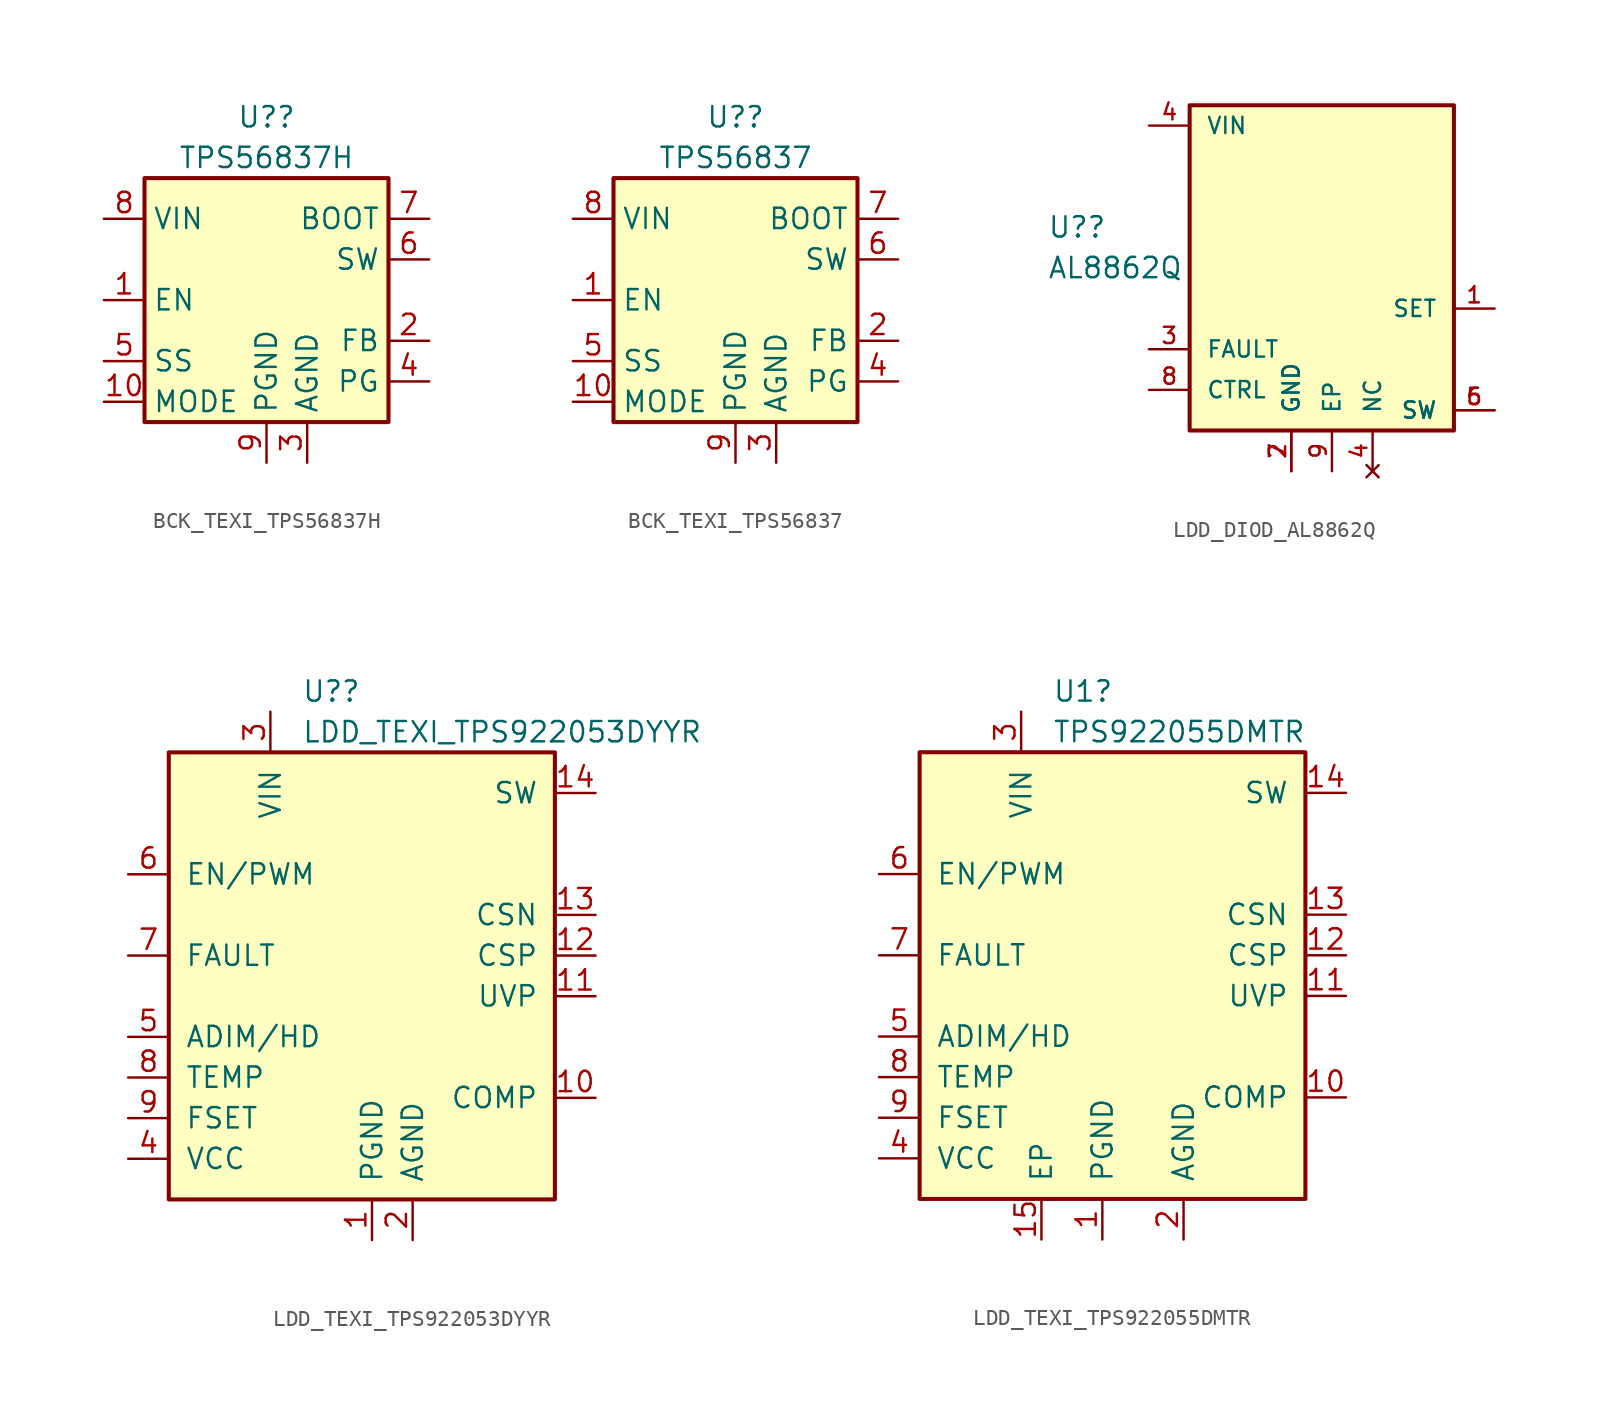
<source format=kicad_sym>
(kicad_symbol_lib
  (version 20231120)
  (generator "kicad_symbol_editor")
  (generator_version "8.0")
  (symbol "BCK_TEXI_TPS56837H"
    (property "Reference" "U?"
      (at 0 11.43 0)
      (effects (font (size 1.27 1.27))))
    (property "Value" "TPS56837H"
      (at 0 8.89 0)
      (effects (font (size 1.27 1.27))))
    (symbol "BCK_TEXI_TPS56837H_0_1"
      (rectangle (start -7.62 7.62) (end 7.62 -7.62) (stroke (width 0.254) (type default)) (fill (type background))))
    (symbol "BCK_TEXI_TPS56837H_1_1"
      (pin input line (at -10.16 0 0) (length 2.54) (name "EN" (effects (font (size 1.27 1.27)))) (number "1" (effects (font (size 1.27 1.27)))))
      (pin power_out line (at -10.16 -6.35 0) (length 2.54) (name "MODE" (effects (font (size 1.27 1.27)))) (number "10" (effects (font (size 1.27 1.27)))))
      (pin input line (at 10.16 -2.54 180) (length 2.54) (name "FB" (effects (font (size 1.27 1.27)))) (number "2" (effects (font (size 1.27 1.27)))))
      (pin power_in line (at 2.54 -10.16 90) (length 2.54) (name "AGND" (effects (font (size 1.27 1.27)))) (number "3" (effects (font (size 1.27 1.27)))))
      (pin open_collector line (at 10.16 -5.08 180) (length 2.54) (name "PG" (effects (font (size 1.27 1.27)))) (number "4" (effects (font (size 1.27 1.27)))))
      (pin power_out line (at -10.16 -3.81 0) (length 2.54) (name "SS" (effects (font (size 1.27 1.27)))) (number "5" (effects (font (size 1.27 1.27)))))
      (pin output line (at 10.16 2.54 180) (length 2.54) (name "SW" (effects (font (size 1.27 1.27)))) (number "6" (effects (font (size 1.27 1.27)))))
      (pin input line (at 10.16 5.08 180) (length 2.54) (name "BOOT" (effects (font (size 1.27 1.27)))) (number "7" (effects (font (size 1.27 1.27)))))
      (pin power_in line (at -10.16 5.08 0) (length 2.54) (name "VIN" (effects (font (size 1.27 1.27)))) (number "8" (effects (font (size 1.27 1.27)))))
      (pin power_in line (at 0 -10.16 90) (length 2.54) (name "PGND" (effects (font (size 1.27 1.27)))) (number "9" (effects (font (size 1.27 1.27)))))))
  (symbol "BCK_TEXI_TPS56837"
    (property "Reference" "U?"
      (at 0 11.43 0)
      (effects (font (size 1.27 1.27))))
    (property "Value" "TPS56837"
      (at 0 8.89 0)
      (effects (font (size 1.27 1.27))))
    (symbol "BCK_TEXI_TPS56837_0_1"
      (rectangle (start -7.62 7.62) (end 7.62 -7.62) (stroke (width 0.254) (type default)) (fill (type background))))
    (symbol "BCK_TEXI_TPS56837_1_1"
      (pin input line (at -10.16 0 0) (length 2.54) (name "EN" (effects (font (size 1.27 1.27)))) (number "1" (effects (font (size 1.27 1.27)))))
      (pin power_out line (at -10.16 -6.35 0) (length 2.54) (name "MODE" (effects (font (size 1.27 1.27)))) (number "10" (effects (font (size 1.27 1.27)))))
      (pin input line (at 10.16 -2.54 180) (length 2.54) (name "FB" (effects (font (size 1.27 1.27)))) (number "2" (effects (font (size 1.27 1.27)))))
      (pin power_in line (at 2.54 -10.16 90) (length 2.54) (name "AGND" (effects (font (size 1.27 1.27)))) (number "3" (effects (font (size 1.27 1.27)))))
      (pin open_collector line (at 10.16 -5.08 180) (length 2.54) (name "PG" (effects (font (size 1.27 1.27)))) (number "4" (effects (font (size 1.27 1.27)))))
      (pin power_out line (at -10.16 -3.81 0) (length 2.54) (name "SS" (effects (font (size 1.27 1.27)))) (number "5" (effects (font (size 1.27 1.27)))))
      (pin output line (at 10.16 2.54 180) (length 2.54) (name "SW" (effects (font (size 1.27 1.27)))) (number "6" (effects (font (size 1.27 1.27)))))
      (pin input line (at 10.16 5.08 180) (length 2.54) (name "BOOT" (effects (font (size 1.27 1.27)))) (number "7" (effects (font (size 1.27 1.27)))))
      (pin power_in line (at -10.16 5.08 0) (length 2.54) (name "VIN" (effects (font (size 1.27 1.27)))) (number "8" (effects (font (size 1.27 1.27)))))
      (pin power_in line (at 0 -10.16 90) (length 2.54) (name "PGND" (effects (font (size 1.27 1.27)))) (number "9" (effects (font (size 1.27 1.27)))))))
  (symbol "LDD_DIOD_AL8862Q"
    (pin_names
      (offset 1.016))
    (property "Reference" "U?"
      (at -19.05 5.08 0)
      (effects (font (size 1.27 1.27)) (justify left)))
    (property "Value" "AL8862Q"
      (at -19.05 2.54 0)
      (effects (font (size 1.27 1.27)) (justify left)))
    (symbol "LDD_DIOD_AL8862Q_0_0"
      (rectangle (start -10.16 12.7) (end 6.35 -7.62) (stroke (width 0.254) (type default)) (fill (type background)))
      (pin power_in line (at -3.81 -10.16 90) (length 2.54) (name "GND" (effects (font (size 1.016 1.016)))) (number "2" (effects (font (size 1.016 1.016))))))
    (symbol "LDD_DIOD_AL8862Q_1_0"
      (pin output line (at 8.89 0 180) (length 2.54) (name "SET" (effects (font (size 1.016 1.016)))) (number "1" (effects (font (size 1.016 1.016)))))
      (pin open_collector line (at -12.7 -2.54 0) (length 2.54) (name "FAULT" (effects (font (size 1.016 1.016)))) (number "3" (effects (font (size 1.016 1.016)))))
      (pin no_connect line (at 1.27 -10.16 90) (length 2.54) (name "NC" (effects (font (size 1.016 1.016)))) (number "4" (effects (font (size 1.016 1.016)))))
      (pin power_in line (at -12.7 11.43 0) (length 2.54) (name "VIN" (effects (font (size 1.016 1.016)))) (number "4" (effects (font (size 1.016 1.016)))))
      (pin input line (at 8.89 -6.35 180) (length 2.54) (name "SW" (effects (font (size 1.016 1.016)))) (number "5" (effects (font (size 1.016 1.016)))))
      (pin input line (at 8.89 -6.35 180) (length 2.54) (name "SW" (effects (font (size 1.016 1.016)))) (number "6" (effects (font (size 1.016 1.016)))))
      (pin power_in line (at -3.81 -10.16 90) (length 2.54) (name "GND" (effects (font (size 1.016 1.016)))) (number "7" (effects (font (size 1.016 1.016)))))
      (pin input line (at -12.7 -5.08 0) (length 2.54) (name "CTRL" (effects (font (size 1.016 1.016)))) (number "8" (effects (font (size 1.016 1.016)))))
      (pin power_in line (at -1.27 -10.16 90) (length 2.54) (name "EP" (effects (font (size 1.016 1.016)))) (number "9" (effects (font (size 1.016 1.016)))))))
  (symbol "LDD_TEXI_TPS922053DYYR"
    (pin_names
      (offset 1.016))
    (property "Reference" "U?"
      (at -5.664 16.51 0)
      (effects (font (size 1.27 1.27)) (justify left)))
    (property "Value" "LDD_TEXI_TPS922053DYYR"
      (at -5.664 13.97 0)
      (effects (font (size 1.27 1.27)) (justify left)))
    (symbol "LDD_TEXI_TPS922053DYYR_0_0"
      (rectangle (start -13.97 12.7) (end 10.16 -15.24) (stroke (width 0.254) (type default)) (fill (type background))))
    (symbol "LDD_TEXI_TPS922053DYYR_1_0"
      (pin power_in line (at -1.27 -17.78 90) (length 2.54) (name "PGND" (effects (font (size 1.27 1.27)))) (number "1" (effects (font (size 1.27 1.27)))))
      (pin input line (at 12.7 -8.89 180) (length 2.54) (name "COMP" (effects (font (size 1.27 1.27)))) (number "10" (effects (font (size 1.27 1.27)))))
      (pin input line (at 12.7 -2.54 180) (length 2.54) (name "UVP" (effects (font (size 1.27 1.27)))) (number "11" (effects (font (size 1.27 1.27)))))
      (pin input line (at 12.7 0 180) (length 2.54) (name "CSP" (effects (font (size 1.27 1.27)))) (number "12" (effects (font (size 1.27 1.27)))))
      (pin input line (at 12.7 2.54 180) (length 2.54) (name "CSN" (effects (font (size 1.27 1.27)))) (number "13" (effects (font (size 1.27 1.27)))))
      (pin output line (at 12.7 10.16 180) (length 2.54) (name "SW" (effects (font (size 1.27 1.27)))) (number "14" (effects (font (size 1.27 1.27)))))
      (pin power_in line (at 1.27 -17.78 90) (length 2.54) (name "AGND" (effects (font (size 1.27 1.27)))) (number "2" (effects (font (size 1.27 1.27)))))
      (pin power_in line (at -7.62 15.24 270) (length 2.54) (name "VIN" (effects (font (size 1.27 1.27)))) (number "3" (effects (font (size 1.27 1.27)))))
      (pin power_out line (at -16.51 -12.7 0) (length 2.54) (name "VCC" (effects (font (size 1.27 1.27)))) (number "4" (effects (font (size 1.27 1.27)))))
      (pin input line (at -16.51 -5.08 0) (length 2.54) (name "ADIM/HD" (effects (font (size 1.27 1.27)))) (number "5" (effects (font (size 1.27 1.27)))))
      (pin input line (at -16.51 5.08 0) (length 2.54) (name "EN/PWM" (effects (font (size 1.27 1.27)))) (number "6" (effects (font (size 1.27 1.27)))))
      (pin open_collector line (at -16.51 0 0) (length 2.54) (name "FAULT" (effects (font (size 1.27 1.27)))) (number "7" (effects (font (size 1.27 1.27)))))
      (pin input line (at -16.51 -7.62 0) (length 2.54) (name "TEMP" (effects (font (size 1.27 1.27)))) (number "8" (effects (font (size 1.27 1.27)))))
      (pin input line (at -16.51 -10.16 0) (length 2.54) (name "FSET" (effects (font (size 1.27 1.27)))) (number "9" (effects (font (size 1.27 1.27)))))))
  (symbol "LDD_TEXI_TPS922055DMTR"
    (pin_names
      (offset 1.016))
    (property "Reference" "U1"
      (at -5.664 16.51 0)
      (effects (font (size 1.27 1.27)) (justify left)))
    (property "Value" "TPS922055DMTR"
      (at -5.664 13.97 0)
      (effects (font (size 1.27 1.27)) (justify left)))
    (symbol "LDD_TEXI_TPS922055DMTR_0_0"
      (rectangle (start -13.97 12.7) (end 10.16 -15.24) (stroke (width 0.254) (type default)) (fill (type background))))
    (symbol "LDD_TEXI_TPS922055DMTR_1_0"
      (pin input line (at 12.7 -8.89 180) (length 2.54) (name "COMP" (effects (font (size 1.27 1.27)))) (number "10" (effects (font (size 1.27 1.27)))))
      (pin input line (at 12.7 -2.54 180) (length 2.54) (name "UVP" (effects (font (size 1.27 1.27)))) (number "11" (effects (font (size 1.27 1.27)))))
      (pin input line (at 12.7 0 180) (length 2.54) (name "CSP" (effects (font (size 1.27 1.27)))) (number "12" (effects (font (size 1.27 1.27)))))
      (pin input line (at 12.7 2.54 180) (length 2.54) (name "CSN" (effects (font (size 1.27 1.27)))) (number "13" (effects (font (size 1.27 1.27)))))
      (pin output line (at 12.7 10.16 180) (length 2.54) (name "SW" (effects (font (size 1.27 1.27)))) (number "14" (effects (font (size 1.27 1.27)))))
      (pin power_in line (at -6.35 -17.78 90) (length 2.54) (name "EP" (effects (font (size 1.27 1.27)))) (number "15" (effects (font (size 1.27 1.27)))))
      (pin power_in line (at 2.54 -17.78 90) (length 2.54) (name "AGND" (effects (font (size 1.27 1.27)))) (number "2" (effects (font (size 1.27 1.27)))))
      (pin power_in line (at -7.62 15.24 270) (length 2.54) (name "VIN" (effects (font (size 1.27 1.27)))) (number "3" (effects (font (size 1.27 1.27)))))
      (pin power_out line (at -16.51 -12.7 0) (length 2.54) (name "VCC" (effects (font (size 1.27 1.27)))) (number "4" (effects (font (size 1.27 1.27)))))
      (pin input line (at -16.51 -5.08 0) (length 2.54) (name "ADIM/HD" (effects (font (size 1.27 1.27)))) (number "5" (effects (font (size 1.27 1.27)))))
      (pin input line (at -16.51 5.08 0) (length 2.54) (name "EN/PWM" (effects (font (size 1.27 1.27)))) (number "6" (effects (font (size 1.27 1.27)))))
      (pin open_collector line (at -16.51 0 0) (length 2.54) (name "FAULT" (effects (font (size 1.27 1.27)))) (number "7" (effects (font (size 1.27 1.27)))))
      (pin input line (at -16.51 -7.62 0) (length 2.54) (name "TEMP" (effects (font (size 1.27 1.27)))) (number "8" (effects (font (size 1.27 1.27)))))
      (pin input line (at -16.51 -10.16 0) (length 2.54) (name "FSET" (effects (font (size 1.27 1.27)))) (number "9" (effects (font (size 1.27 1.27))))))
    (symbol "LDD_TEXI_TPS922055DMTR_1_1"
      (pin power_in line (at -2.54 -17.78 90) (length 2.54) (name "PGND" (effects (font (size 1.27 1.27)))) (number "1" (effects (font (size 1.27 1.27))))))))
</source>
